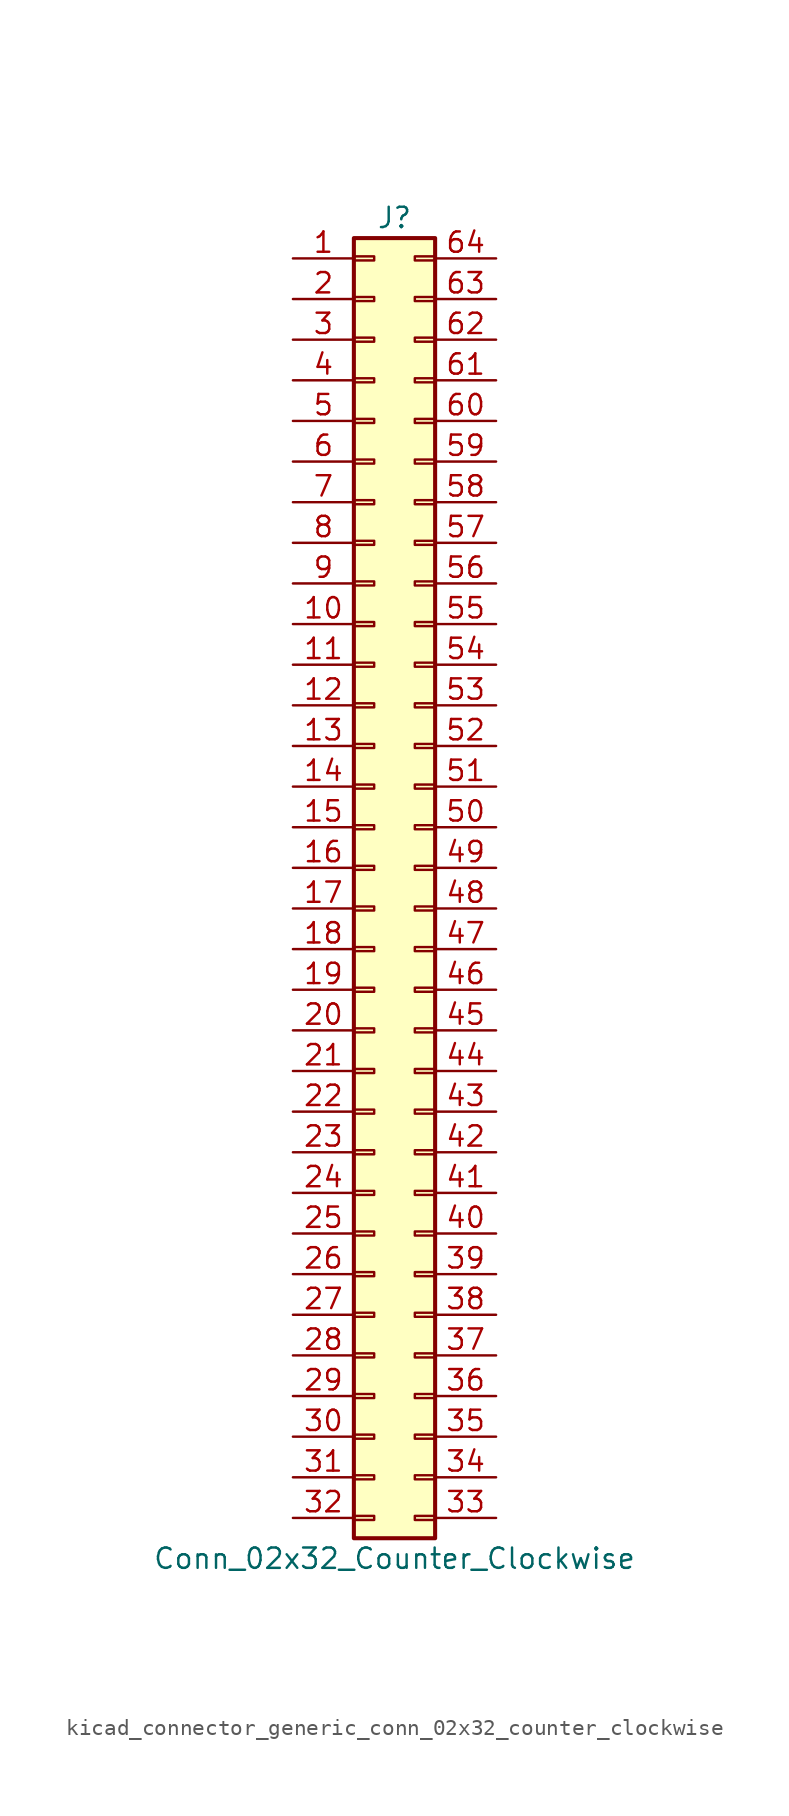
<source format=kicad_sym>
(kicad_symbol_lib
  (version 20220914)
  (generator kicad_symbol_editor)
  (symbol "kicad_connector_generic_conn_02x32_counter_clockwise"
    (pin_names
      (offset 1.016) hide)
    (property "Reference" "J"
      (at 1.27 40.64 0)
      (effects (font (size 1.27 1.27))))
    (property "Value" "Conn_02x32_Counter_Clockwise"
      (at 1.27 -43.18 0)
      (effects (font (size 1.27 1.27))))
    (symbol "kicad_connector_generic_conn_02x32_counter_clockwise_1_1"
      (rectangle (start -1.27 -40.513) (end 0 -40.767) (stroke (width 0.152) (type default)) (fill (type none)))
      (rectangle (start -1.27 -37.973) (end 0 -38.227) (stroke (width 0.152) (type default)) (fill (type none)))
      (rectangle (start -1.27 -35.433) (end 0 -35.687) (stroke (width 0.152) (type default)) (fill (type none)))
      (rectangle (start -1.27 -32.893) (end 0 -33.147) (stroke (width 0.152) (type default)) (fill (type none)))
      (rectangle (start -1.27 -30.353) (end 0 -30.607) (stroke (width 0.152) (type default)) (fill (type none)))
      (rectangle (start -1.27 -27.813) (end 0 -28.067) (stroke (width 0.152) (type default)) (fill (type none)))
      (rectangle (start -1.27 -25.273) (end 0 -25.527) (stroke (width 0.152) (type default)) (fill (type none)))
      (rectangle (start -1.27 -22.733) (end 0 -22.987) (stroke (width 0.152) (type default)) (fill (type none)))
      (rectangle (start -1.27 -20.193) (end 0 -20.447) (stroke (width 0.152) (type default)) (fill (type none)))
      (rectangle (start -1.27 -17.653) (end 0 -17.907) (stroke (width 0.152) (type default)) (fill (type none)))
      (rectangle (start -1.27 -15.113) (end 0 -15.367) (stroke (width 0.152) (type default)) (fill (type none)))
      (rectangle (start -1.27 -12.573) (end 0 -12.827) (stroke (width 0.152) (type default)) (fill (type none)))
      (rectangle (start -1.27 -10.033) (end 0 -10.287) (stroke (width 0.152) (type default)) (fill (type none)))
      (rectangle (start -1.27 -7.493) (end 0 -7.747) (stroke (width 0.152) (type default)) (fill (type none)))
      (rectangle (start -1.27 -4.953) (end 0 -5.207) (stroke (width 0.152) (type default)) (fill (type none)))
      (rectangle (start -1.27 -2.413) (end 0 -2.667) (stroke (width 0.152) (type default)) (fill (type none)))
      (rectangle (start -1.27 0.127) (end 0 -0.127) (stroke (width 0.152) (type default)) (fill (type none)))
      (rectangle (start -1.27 2.667) (end 0 2.413) (stroke (width 0.152) (type default)) (fill (type none)))
      (rectangle (start -1.27 5.207) (end 0 4.953) (stroke (width 0.152) (type default)) (fill (type none)))
      (rectangle (start -1.27 7.747) (end 0 7.493) (stroke (width 0.152) (type default)) (fill (type none)))
      (rectangle (start -1.27 10.287) (end 0 10.033) (stroke (width 0.152) (type default)) (fill (type none)))
      (rectangle (start -1.27 12.827) (end 0 12.573) (stroke (width 0.152) (type default)) (fill (type none)))
      (rectangle (start -1.27 15.367) (end 0 15.113) (stroke (width 0.152) (type default)) (fill (type none)))
      (rectangle (start -1.27 17.907) (end 0 17.653) (stroke (width 0.152) (type default)) (fill (type none)))
      (rectangle (start -1.27 20.447) (end 0 20.193) (stroke (width 0.152) (type default)) (fill (type none)))
      (rectangle (start -1.27 22.987) (end 0 22.733) (stroke (width 0.152) (type default)) (fill (type none)))
      (rectangle (start -1.27 25.527) (end 0 25.273) (stroke (width 0.152) (type default)) (fill (type none)))
      (rectangle (start -1.27 28.067) (end 0 27.813) (stroke (width 0.152) (type default)) (fill (type none)))
      (rectangle (start -1.27 30.607) (end 0 30.353) (stroke (width 0.152) (type default)) (fill (type none)))
      (rectangle (start -1.27 33.147) (end 0 32.893) (stroke (width 0.152) (type default)) (fill (type none)))
      (rectangle (start -1.27 35.687) (end 0 35.433) (stroke (width 0.152) (type default)) (fill (type none)))
      (rectangle (start -1.27 38.227) (end 0 37.973) (stroke (width 0.152) (type default)) (fill (type none)))
      (rectangle (start -1.27 39.37) (end 3.81 -41.91) (stroke (width 0.254) (type default)) (fill (type background)))
      (rectangle (start 3.81 -40.513) (end 2.54 -40.767) (stroke (width 0.152) (type default)) (fill (type none)))
      (rectangle (start 3.81 -37.973) (end 2.54 -38.227) (stroke (width 0.152) (type default)) (fill (type none)))
      (rectangle (start 3.81 -35.433) (end 2.54 -35.687) (stroke (width 0.152) (type default)) (fill (type none)))
      (rectangle (start 3.81 -32.893) (end 2.54 -33.147) (stroke (width 0.152) (type default)) (fill (type none)))
      (rectangle (start 3.81 -30.353) (end 2.54 -30.607) (stroke (width 0.152) (type default)) (fill (type none)))
      (rectangle (start 3.81 -27.813) (end 2.54 -28.067) (stroke (width 0.152) (type default)) (fill (type none)))
      (rectangle (start 3.81 -25.273) (end 2.54 -25.527) (stroke (width 0.152) (type default)) (fill (type none)))
      (rectangle (start 3.81 -22.733) (end 2.54 -22.987) (stroke (width 0.152) (type default)) (fill (type none)))
      (rectangle (start 3.81 -20.193) (end 2.54 -20.447) (stroke (width 0.152) (type default)) (fill (type none)))
      (rectangle (start 3.81 -17.653) (end 2.54 -17.907) (stroke (width 0.152) (type default)) (fill (type none)))
      (rectangle (start 3.81 -15.113) (end 2.54 -15.367) (stroke (width 0.152) (type default)) (fill (type none)))
      (rectangle (start 3.81 -12.573) (end 2.54 -12.827) (stroke (width 0.152) (type default)) (fill (type none)))
      (rectangle (start 3.81 -10.033) (end 2.54 -10.287) (stroke (width 0.152) (type default)) (fill (type none)))
      (rectangle (start 3.81 -7.493) (end 2.54 -7.747) (stroke (width 0.152) (type default)) (fill (type none)))
      (rectangle (start 3.81 -4.953) (end 2.54 -5.207) (stroke (width 0.152) (type default)) (fill (type none)))
      (rectangle (start 3.81 -2.413) (end 2.54 -2.667) (stroke (width 0.152) (type default)) (fill (type none)))
      (rectangle (start 3.81 0.127) (end 2.54 -0.127) (stroke (width 0.152) (type default)) (fill (type none)))
      (rectangle (start 3.81 2.667) (end 2.54 2.413) (stroke (width 0.152) (type default)) (fill (type none)))
      (rectangle (start 3.81 5.207) (end 2.54 4.953) (stroke (width 0.152) (type default)) (fill (type none)))
      (rectangle (start 3.81 7.747) (end 2.54 7.493) (stroke (width 0.152) (type default)) (fill (type none)))
      (rectangle (start 3.81 10.287) (end 2.54 10.033) (stroke (width 0.152) (type default)) (fill (type none)))
      (rectangle (start 3.81 12.827) (end 2.54 12.573) (stroke (width 0.152) (type default)) (fill (type none)))
      (rectangle (start 3.81 15.367) (end 2.54 15.113) (stroke (width 0.152) (type default)) (fill (type none)))
      (rectangle (start 3.81 17.907) (end 2.54 17.653) (stroke (width 0.152) (type default)) (fill (type none)))
      (rectangle (start 3.81 20.447) (end 2.54 20.193) (stroke (width 0.152) (type default)) (fill (type none)))
      (rectangle (start 3.81 22.987) (end 2.54 22.733) (stroke (width 0.152) (type default)) (fill (type none)))
      (rectangle (start 3.81 25.527) (end 2.54 25.273) (stroke (width 0.152) (type default)) (fill (type none)))
      (rectangle (start 3.81 28.067) (end 2.54 27.813) (stroke (width 0.152) (type default)) (fill (type none)))
      (rectangle (start 3.81 30.607) (end 2.54 30.353) (stroke (width 0.152) (type default)) (fill (type none)))
      (rectangle (start 3.81 33.147) (end 2.54 32.893) (stroke (width 0.152) (type default)) (fill (type none)))
      (rectangle (start 3.81 35.687) (end 2.54 35.433) (stroke (width 0.152) (type default)) (fill (type none)))
      (rectangle (start 3.81 38.227) (end 2.54 37.973) (stroke (width 0.152) (type default)) (fill (type none)))
      (pin passive line (at -5.08 38.1 0) (length 3.81) (name "Pin_1" (effects (font (size 1.27 1.27)))) (number "1" (effects (font (size 1.27 1.27)))))
      (pin passive line (at -5.08 15.24 0) (length 3.81) (name "Pin_10" (effects (font (size 1.27 1.27)))) (number "10" (effects (font (size 1.27 1.27)))))
      (pin passive line (at -5.08 12.7 0) (length 3.81) (name "Pin_11" (effects (font (size 1.27 1.27)))) (number "11" (effects (font (size 1.27 1.27)))))
      (pin passive line (at -5.08 10.16 0) (length 3.81) (name "Pin_12" (effects (font (size 1.27 1.27)))) (number "12" (effects (font (size 1.27 1.27)))))
      (pin passive line (at -5.08 7.62 0) (length 3.81) (name "Pin_13" (effects (font (size 1.27 1.27)))) (number "13" (effects (font (size 1.27 1.27)))))
      (pin passive line (at -5.08 5.08 0) (length 3.81) (name "Pin_14" (effects (font (size 1.27 1.27)))) (number "14" (effects (font (size 1.27 1.27)))))
      (pin passive line (at -5.08 2.54 0) (length 3.81) (name "Pin_15" (effects (font (size 1.27 1.27)))) (number "15" (effects (font (size 1.27 1.27)))))
      (pin passive line (at -5.08 0 0) (length 3.81) (name "Pin_16" (effects (font (size 1.27 1.27)))) (number "16" (effects (font (size 1.27 1.27)))))
      (pin passive line (at -5.08 -2.54 0) (length 3.81) (name "Pin_17" (effects (font (size 1.27 1.27)))) (number "17" (effects (font (size 1.27 1.27)))))
      (pin passive line (at -5.08 -5.08 0) (length 3.81) (name "Pin_18" (effects (font (size 1.27 1.27)))) (number "18" (effects (font (size 1.27 1.27)))))
      (pin passive line (at -5.08 -7.62 0) (length 3.81) (name "Pin_19" (effects (font (size 1.27 1.27)))) (number "19" (effects (font (size 1.27 1.27)))))
      (pin passive line (at -5.08 35.56 0) (length 3.81) (name "Pin_2" (effects (font (size 1.27 1.27)))) (number "2" (effects (font (size 1.27 1.27)))))
      (pin passive line (at -5.08 -10.16 0) (length 3.81) (name "Pin_20" (effects (font (size 1.27 1.27)))) (number "20" (effects (font (size 1.27 1.27)))))
      (pin passive line (at -5.08 -12.7 0) (length 3.81) (name "Pin_21" (effects (font (size 1.27 1.27)))) (number "21" (effects (font (size 1.27 1.27)))))
      (pin passive line (at -5.08 -15.24 0) (length 3.81) (name "Pin_22" (effects (font (size 1.27 1.27)))) (number "22" (effects (font (size 1.27 1.27)))))
      (pin passive line (at -5.08 -17.78 0) (length 3.81) (name "Pin_23" (effects (font (size 1.27 1.27)))) (number "23" (effects (font (size 1.27 1.27)))))
      (pin passive line (at -5.08 -20.32 0) (length 3.81) (name "Pin_24" (effects (font (size 1.27 1.27)))) (number "24" (effects (font (size 1.27 1.27)))))
      (pin passive line (at -5.08 -22.86 0) (length 3.81) (name "Pin_25" (effects (font (size 1.27 1.27)))) (number "25" (effects (font (size 1.27 1.27)))))
      (pin passive line (at -5.08 -25.4 0) (length 3.81) (name "Pin_26" (effects (font (size 1.27 1.27)))) (number "26" (effects (font (size 1.27 1.27)))))
      (pin passive line (at -5.08 -27.94 0) (length 3.81) (name "Pin_27" (effects (font (size 1.27 1.27)))) (number "27" (effects (font (size 1.27 1.27)))))
      (pin passive line (at -5.08 -30.48 0) (length 3.81) (name "Pin_28" (effects (font (size 1.27 1.27)))) (number "28" (effects (font (size 1.27 1.27)))))
      (pin passive line (at -5.08 -33.02 0) (length 3.81) (name "Pin_29" (effects (font (size 1.27 1.27)))) (number "29" (effects (font (size 1.27 1.27)))))
      (pin passive line (at -5.08 33.02 0) (length 3.81) (name "Pin_3" (effects (font (size 1.27 1.27)))) (number "3" (effects (font (size 1.27 1.27)))))
      (pin passive line (at -5.08 -35.56 0) (length 3.81) (name "Pin_30" (effects (font (size 1.27 1.27)))) (number "30" (effects (font (size 1.27 1.27)))))
      (pin passive line (at -5.08 -38.1 0) (length 3.81) (name "Pin_31" (effects (font (size 1.27 1.27)))) (number "31" (effects (font (size 1.27 1.27)))))
      (pin passive line (at -5.08 -40.64 0) (length 3.81) (name "Pin_32" (effects (font (size 1.27 1.27)))) (number "32" (effects (font (size 1.27 1.27)))))
      (pin passive line (at 7.62 -40.64 180) (length 3.81) (name "Pin_33" (effects (font (size 1.27 1.27)))) (number "33" (effects (font (size 1.27 1.27)))))
      (pin passive line (at 7.62 -38.1 180) (length 3.81) (name "Pin_34" (effects (font (size 1.27 1.27)))) (number "34" (effects (font (size 1.27 1.27)))))
      (pin passive line (at 7.62 -35.56 180) (length 3.81) (name "Pin_35" (effects (font (size 1.27 1.27)))) (number "35" (effects (font (size 1.27 1.27)))))
      (pin passive line (at 7.62 -33.02 180) (length 3.81) (name "Pin_36" (effects (font (size 1.27 1.27)))) (number "36" (effects (font (size 1.27 1.27)))))
      (pin passive line (at 7.62 -30.48 180) (length 3.81) (name "Pin_37" (effects (font (size 1.27 1.27)))) (number "37" (effects (font (size 1.27 1.27)))))
      (pin passive line (at 7.62 -27.94 180) (length 3.81) (name "Pin_38" (effects (font (size 1.27 1.27)))) (number "38" (effects (font (size 1.27 1.27)))))
      (pin passive line (at 7.62 -25.4 180) (length 3.81) (name "Pin_39" (effects (font (size 1.27 1.27)))) (number "39" (effects (font (size 1.27 1.27)))))
      (pin passive line (at -5.08 30.48 0) (length 3.81) (name "Pin_4" (effects (font (size 1.27 1.27)))) (number "4" (effects (font (size 1.27 1.27)))))
      (pin passive line (at 7.62 -22.86 180) (length 3.81) (name "Pin_40" (effects (font (size 1.27 1.27)))) (number "40" (effects (font (size 1.27 1.27)))))
      (pin passive line (at 7.62 -20.32 180) (length 3.81) (name "Pin_41" (effects (font (size 1.27 1.27)))) (number "41" (effects (font (size 1.27 1.27)))))
      (pin passive line (at 7.62 -17.78 180) (length 3.81) (name "Pin_42" (effects (font (size 1.27 1.27)))) (number "42" (effects (font (size 1.27 1.27)))))
      (pin passive line (at 7.62 -15.24 180) (length 3.81) (name "Pin_43" (effects (font (size 1.27 1.27)))) (number "43" (effects (font (size 1.27 1.27)))))
      (pin passive line (at 7.62 -12.7 180) (length 3.81) (name "Pin_44" (effects (font (size 1.27 1.27)))) (number "44" (effects (font (size 1.27 1.27)))))
      (pin passive line (at 7.62 -10.16 180) (length 3.81) (name "Pin_45" (effects (font (size 1.27 1.27)))) (number "45" (effects (font (size 1.27 1.27)))))
      (pin passive line (at 7.62 -7.62 180) (length 3.81) (name "Pin_46" (effects (font (size 1.27 1.27)))) (number "46" (effects (font (size 1.27 1.27)))))
      (pin passive line (at 7.62 -5.08 180) (length 3.81) (name "Pin_47" (effects (font (size 1.27 1.27)))) (number "47" (effects (font (size 1.27 1.27)))))
      (pin passive line (at 7.62 -2.54 180) (length 3.81) (name "Pin_48" (effects (font (size 1.27 1.27)))) (number "48" (effects (font (size 1.27 1.27)))))
      (pin passive line (at 7.62 0 180) (length 3.81) (name "Pin_49" (effects (font (size 1.27 1.27)))) (number "49" (effects (font (size 1.27 1.27)))))
      (pin passive line (at -5.08 27.94 0) (length 3.81) (name "Pin_5" (effects (font (size 1.27 1.27)))) (number "5" (effects (font (size 1.27 1.27)))))
      (pin passive line (at 7.62 2.54 180) (length 3.81) (name "Pin_50" (effects (font (size 1.27 1.27)))) (number "50" (effects (font (size 1.27 1.27)))))
      (pin passive line (at 7.62 5.08 180) (length 3.81) (name "Pin_51" (effects (font (size 1.27 1.27)))) (number "51" (effects (font (size 1.27 1.27)))))
      (pin passive line (at 7.62 7.62 180) (length 3.81) (name "Pin_52" (effects (font (size 1.27 1.27)))) (number "52" (effects (font (size 1.27 1.27)))))
      (pin passive line (at 7.62 10.16 180) (length 3.81) (name "Pin_53" (effects (font (size 1.27 1.27)))) (number "53" (effects (font (size 1.27 1.27)))))
      (pin passive line (at 7.62 12.7 180) (length 3.81) (name "Pin_54" (effects (font (size 1.27 1.27)))) (number "54" (effects (font (size 1.27 1.27)))))
      (pin passive line (at 7.62 15.24 180) (length 3.81) (name "Pin_55" (effects (font (size 1.27 1.27)))) (number "55" (effects (font (size 1.27 1.27)))))
      (pin passive line (at 7.62 17.78 180) (length 3.81) (name "Pin_56" (effects (font (size 1.27 1.27)))) (number "56" (effects (font (size 1.27 1.27)))))
      (pin passive line (at 7.62 20.32 180) (length 3.81) (name "Pin_57" (effects (font (size 1.27 1.27)))) (number "57" (effects (font (size 1.27 1.27)))))
      (pin passive line (at 7.62 22.86 180) (length 3.81) (name "Pin_58" (effects (font (size 1.27 1.27)))) (number "58" (effects (font (size 1.27 1.27)))))
      (pin passive line (at 7.62 25.4 180) (length 3.81) (name "Pin_59" (effects (font (size 1.27 1.27)))) (number "59" (effects (font (size 1.27 1.27)))))
      (pin passive line (at -5.08 25.4 0) (length 3.81) (name "Pin_6" (effects (font (size 1.27 1.27)))) (number "6" (effects (font (size 1.27 1.27)))))
      (pin passive line (at 7.62 27.94 180) (length 3.81) (name "Pin_60" (effects (font (size 1.27 1.27)))) (number "60" (effects (font (size 1.27 1.27)))))
      (pin passive line (at 7.62 30.48 180) (length 3.81) (name "Pin_61" (effects (font (size 1.27 1.27)))) (number "61" (effects (font (size 1.27 1.27)))))
      (pin passive line (at 7.62 33.02 180) (length 3.81) (name "Pin_62" (effects (font (size 1.27 1.27)))) (number "62" (effects (font (size 1.27 1.27)))))
      (pin passive line (at 7.62 35.56 180) (length 3.81) (name "Pin_63" (effects (font (size 1.27 1.27)))) (number "63" (effects (font (size 1.27 1.27)))))
      (pin passive line (at 7.62 38.1 180) (length 3.81) (name "Pin_64" (effects (font (size 1.27 1.27)))) (number "64" (effects (font (size 1.27 1.27)))))
      (pin passive line (at -5.08 22.86 0) (length 3.81) (name "Pin_7" (effects (font (size 1.27 1.27)))) (number "7" (effects (font (size 1.27 1.27)))))
      (pin passive line (at -5.08 20.32 0) (length 3.81) (name "Pin_8" (effects (font (size 1.27 1.27)))) (number "8" (effects (font (size 1.27 1.27)))))
      (pin passive line (at -5.08 17.78 0) (length 3.81) (name "Pin_9" (effects (font (size 1.27 1.27)))) (number "9" (effects (font (size 1.27 1.27))))))))
</source>
